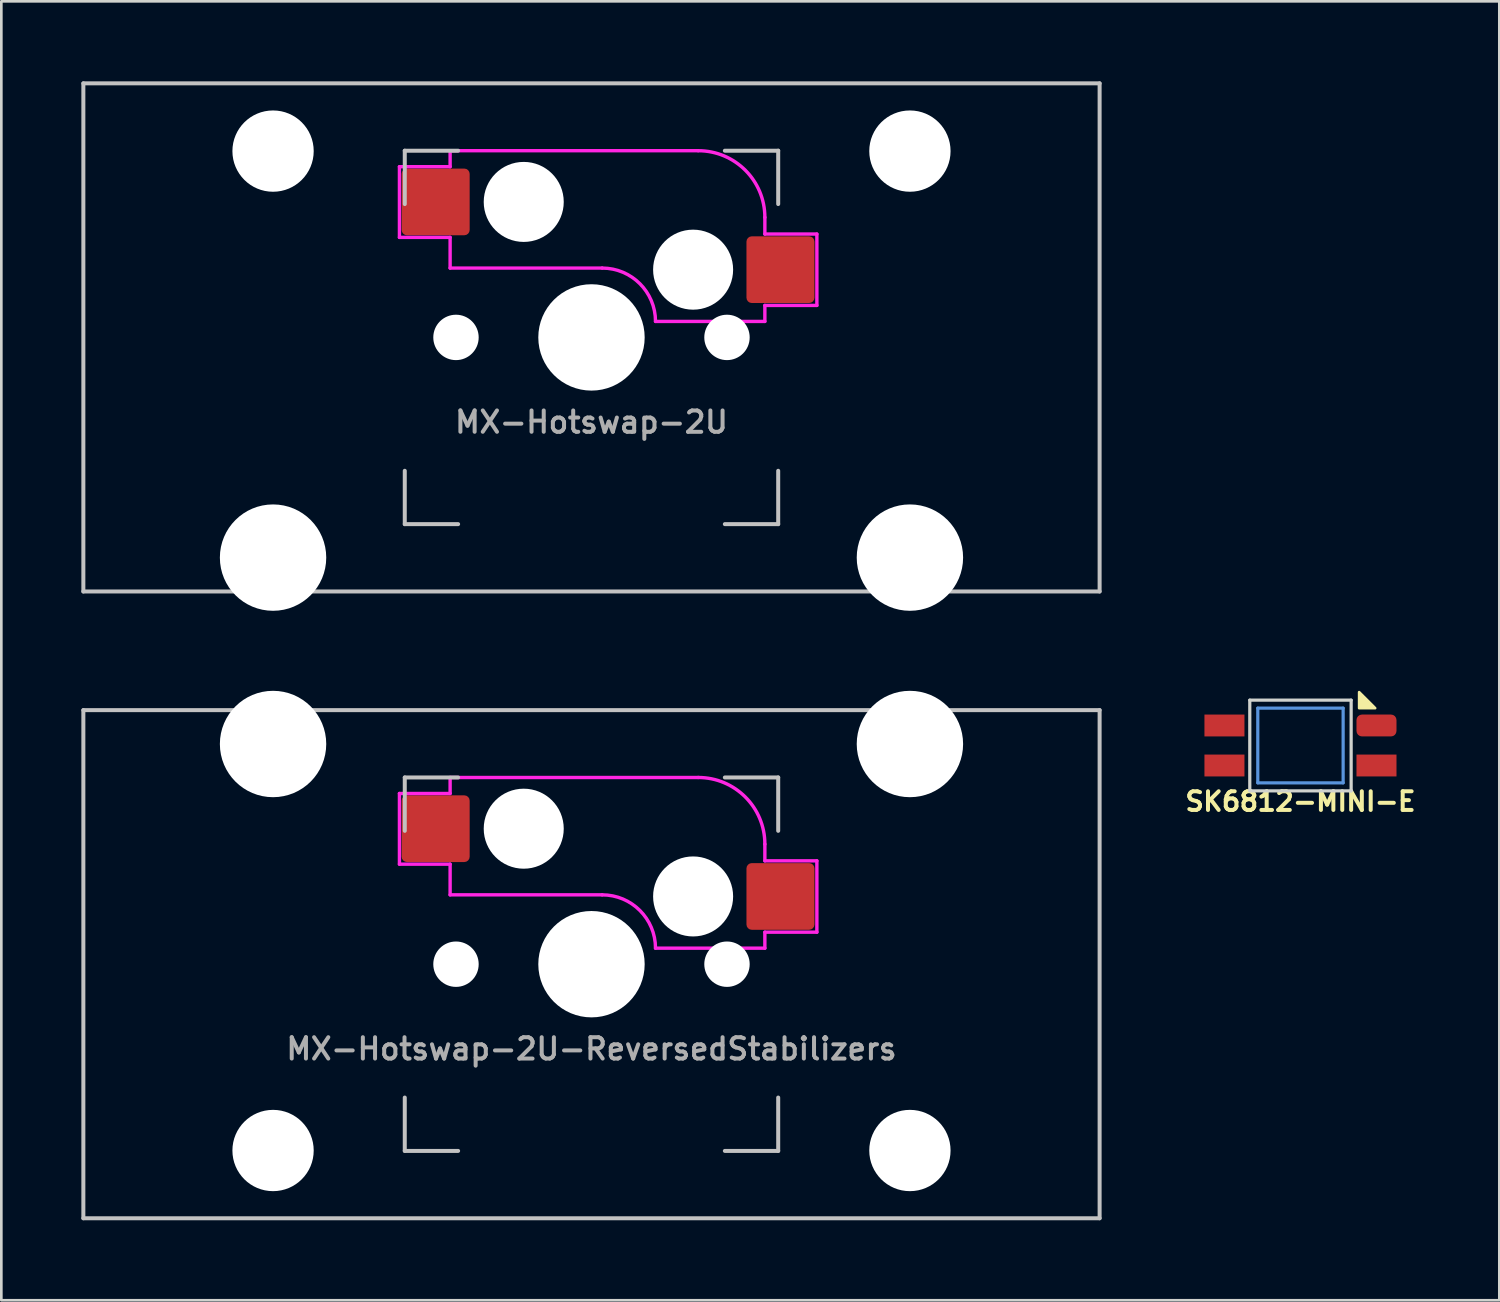
<source format=kicad_pcb>
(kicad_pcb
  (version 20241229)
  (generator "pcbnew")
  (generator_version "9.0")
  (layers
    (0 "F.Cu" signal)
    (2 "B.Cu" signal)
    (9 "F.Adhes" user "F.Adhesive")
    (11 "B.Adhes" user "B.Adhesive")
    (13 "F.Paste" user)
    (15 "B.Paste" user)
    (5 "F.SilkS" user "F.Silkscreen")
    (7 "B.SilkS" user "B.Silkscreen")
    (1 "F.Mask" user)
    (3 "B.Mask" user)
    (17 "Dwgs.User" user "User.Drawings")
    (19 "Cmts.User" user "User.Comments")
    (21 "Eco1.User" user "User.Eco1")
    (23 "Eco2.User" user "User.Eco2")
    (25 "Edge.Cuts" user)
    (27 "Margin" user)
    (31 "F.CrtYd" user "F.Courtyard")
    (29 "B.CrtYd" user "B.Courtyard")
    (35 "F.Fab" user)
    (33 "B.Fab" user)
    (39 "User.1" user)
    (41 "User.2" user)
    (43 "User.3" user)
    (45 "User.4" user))
  (footprint "SK6812-MINI-E"
    (layer "F.Cu")
    (at 45.705 24.899)
    (property "Reference" "SK6812-MINI-E" (at 0 2.1 0) (unlocked yes) (layer "F.SilkS") (effects (font (size 0.7 0.7) (thickness 0.15))))
    (attr through_hole)
    (fp_poly (pts (xy 2.8 -1.4) (xy 2.2 -1.4) (xy 2.2 -2)) (stroke (width 0.1) (type solid)) (fill yes) (layer "F.SilkS"))
    (fp_line (start -1.6 -1.4) (end 1.6 -1.4) (stroke (width 0.12) (type solid)) (layer "Cmts.User"))
    (fp_line (start -1.6 1.4) (end -1.6 -1.4) (stroke (width 0.12) (type solid)) (layer "Cmts.User"))
    (fp_line (start 1.6 -1.4) (end 1.6 1.4) (stroke (width 0.12) (type solid)) (layer "Cmts.User"))
    (fp_line (start 1.6 1.4) (end -1.6 1.4) (stroke (width 0.12) (type solid)) (layer "Cmts.User"))
    (fp_line (start -1.9 -1.7) (end 1.9 -1.7) (stroke (width 0.12) (type solid)) (layer "Edge.Cuts"))
    (fp_line (start -1.9 1.7) (end -1.9 -1.7) (stroke (width 0.12) (type solid)) (layer "Edge.Cuts"))
    (fp_line (start 1.9 -1.7) (end 1.9 1.7) (stroke (width 0.12) (type solid)) (layer "Edge.Cuts"))
    (fp_line (start 1.9 1.7) (end -1.9 1.7) (stroke (width 0.12) (type solid)) (layer "Edge.Cuts"))
    (pad "1" smd rect (at -2.85 0.75) (size 1.5 0.82) (layers "F.Cu" "F.Mask" "F.Paste"))
    (pad "2" smd rect (at -2.85 -0.75) (size 1.5 0.82) (layers "F.Cu" "F.Mask" "F.Paste"))
    (pad "3" smd roundrect (at 2.85 -0.75) (size 1.5 0.82) (layers "F.Cu" "F.Mask" "F.Paste") (roundrect_rratio 0.25))
    (pad "4" smd rect (at 2.85 0.75) (size 1.5 0.82) (layers "F.Cu" "F.Mask" "F.Paste")))
  (footprint "MX-Hotswap-2U-ReversedStabilizers"
    (layer "F.Cu")
    (at 19.125 33.098)
    (property "Reference" "MX-Hotswap-2U-ReversedStabilizers" (at 0 3.175 0) (layer "F.Fab") (effects (font (size 0.8 0.8) (thickness 0.15))))
    (attr smd)
    (fp_line (start -19.05 -9.525) (end 19.05 -9.525) (stroke (width 0.15) (type solid)) (layer "Dwgs.User"))
    (fp_line (start -19.05 9.525) (end -19.05 -9.525) (stroke (width 0.15) (type solid)) (layer "Dwgs.User"))
    (fp_line (start -19.05 9.525) (end 19.05 9.525) (stroke (width 0.15) (type solid)) (layer "Dwgs.User"))
    (fp_line (start -7 -7) (end -7 -5) (stroke (width 0.15) (type solid)) (layer "Dwgs.User"))
    (fp_line (start -7 7) (end -7 5) (stroke (width 0.15) (type solid)) (layer "Dwgs.User"))
    (fp_line (start -5 -7) (end -7 -7) (stroke (width 0.15) (type solid)) (layer "Dwgs.User"))
    (fp_line (start -5 7) (end -7 7) (stroke (width 0.15) (type solid)) (layer "Dwgs.User"))
    (fp_line (start 5 -7) (end 7 -7) (stroke (width 0.15) (type solid)) (layer "Dwgs.User"))
    (fp_line (start 7 -7) (end 7 -5) (stroke (width 0.15) (type solid)) (layer "Dwgs.User"))
    (fp_line (start 7 5) (end 7 7) (stroke (width 0.15) (type solid)) (layer "Dwgs.User"))
    (fp_line (start 7 7) (end 5 7) (stroke (width 0.15) (type solid)) (layer "Dwgs.User"))
    (fp_line (start 19.05 9.525) (end 19.05 -9.525) (stroke (width 0.15) (type solid)) (layer "Dwgs.User"))
    (fp_line (start -7.2 -6.4) (end -7.2 -3.75) (stroke (width 0.127) (type solid)) (layer "F.CrtYd"))
    (fp_line (start -7.2 -3.75) (end -5.3 -3.75) (stroke (width 0.127) (type solid)) (layer "F.CrtYd"))
    (fp_line (start -5.3 -7) (end -5.3 -6.4) (stroke (width 0.127) (type solid)) (layer "F.CrtYd"))
    (fp_line (start -5.3 -7) (end 4 -7) (stroke (width 0.127) (type solid)) (layer "F.CrtYd"))
    (fp_line (start -5.3 -6.4) (end -7.2 -6.4) (stroke (width 0.127) (type solid)) (layer "F.CrtYd"))
    (fp_line (start -5.3 -2.6) (end -5.3 -3.75) (stroke (width 0.127) (type solid)) (layer "F.CrtYd"))
    (fp_line (start 0.4 -2.6) (end -5.3 -2.6) (stroke (width 0.127) (type solid)) (layer "F.CrtYd"))
    (fp_line (start 6.5 -4.5) (end 6.5 -3.875) (stroke (width 0.127) (type solid)) (layer "F.CrtYd"))
    (fp_line (start 6.5 -3.875) (end 8.45 -3.875) (stroke (width 0.127) (type solid)) (layer "F.CrtYd"))
    (fp_line (start 6.5 -0.6) (end 2.4 -0.6) (stroke (width 0.127) (type solid)) (layer "F.CrtYd"))
    (fp_line (start 6.5 -0.6) (end 6.5 -1.2) (stroke (width 0.127) (type solid)) (layer "F.CrtYd"))
    (fp_line (start 8.45 -3.875) (end 8.45 -1.2) (stroke (width 0.127) (type solid)) (layer "F.CrtYd"))
    (fp_line (start 8.45 -1.2) (end 6.5 -1.2) (stroke (width 0.127) (type solid)) (layer "F.CrtYd"))
    (fp_arc (start 0.4 -2.6) (mid 1.814214 -2.014214) (end 2.4 -0.6) (stroke (width 0.127) (type solid)) (layer "F.CrtYd"))
    (fp_arc (start 4 -7) (mid 5.767767 -6.267767) (end 6.5 -4.5) (stroke (width 0.127) (type solid)) (layer "F.CrtYd"))
    (pad "" np_thru_hole circle (at -11.938 -8.255) (size 3.988 3.988) (drill 3.988) (layers "*.Cu" "*.Mask"))
    (pad "" np_thru_hole circle (at -11.938 6.985) (size 3.048 3.048) (drill 3.048) (layers "*.Cu" "*.Mask"))
    (pad "" np_thru_hole circle (at -5.08 0 311.901) (size 1.702 1.702) (drill 1.702) (layers "*.Cu" "*.Mask"))
    (pad "" np_thru_hole circle (at -2.54 -5.08) (size 3 3) (drill 3) (layers "*.Cu" "*.Mask"))
    (pad "" np_thru_hole circle (at 0 0) (size 3.988 3.988) (drill 3.988) (layers "*.Cu" "*.Mask"))
    (pad "" np_thru_hole circle (at 3.81 -2.54) (size 3 3) (drill 3) (layers "*.Cu" "*.Mask"))
    (pad "" np_thru_hole circle (at 5.08 0 311.901) (size 1.702 1.702) (drill 1.702) (layers "*.Cu" "*.Mask"))
    (pad "" np_thru_hole circle (at 11.938 -8.255) (size 3.988 3.988) (drill 3.988) (layers "*.Cu" "*.Mask"))
    (pad "" np_thru_hole circle (at 11.938 6.985) (size 3.048 3.048) (drill 3.048) (layers "*.Cu" "*.Mask"))
    (pad "1" smd roundrect (at 7.085 -2.54) (size 2.55 2.5) (layers "F.Cu" "F.Mask" "F.Paste") (roundrect_rratio 0.08))
    (pad "2" smd roundrect (at -5.842 -5.08) (size 2.55 2.5) (layers "F.Cu" "F.Mask" "F.Paste") (roundrect_rratio 0.08)))
  (footprint "MX-Hotswap-2U"
    (layer "F.Cu")
    (at 19.125 9.6)
    (property "Reference" "MX-Hotswap-2U" (at 0 3.175 0) (layer "F.Fab") (effects (font (size 0.8 0.8) (thickness 0.15))))
    (attr smd)
    (fp_line (start -19.05 -9.525) (end 19.05 -9.525) (stroke (width 0.15) (type solid)) (layer "Dwgs.User"))
    (fp_line (start -19.05 9.525) (end -19.05 -9.525) (stroke (width 0.15) (type solid)) (layer "Dwgs.User"))
    (fp_line (start -19.05 9.525) (end 19.05 9.525) (stroke (width 0.15) (type solid)) (layer "Dwgs.User"))
    (fp_line (start -7 -7) (end -7 -5) (stroke (width 0.15) (type solid)) (layer "Dwgs.User"))
    (fp_line (start -7 7) (end -7 5) (stroke (width 0.15) (type solid)) (layer "Dwgs.User"))
    (fp_line (start -5 -7) (end -7 -7) (stroke (width 0.15) (type solid)) (layer "Dwgs.User"))
    (fp_line (start -5 7) (end -7 7) (stroke (width 0.15) (type solid)) (layer "Dwgs.User"))
    (fp_line (start 5 -7) (end 7 -7) (stroke (width 0.15) (type solid)) (layer "Dwgs.User"))
    (fp_line (start 7 -7) (end 7 -5) (stroke (width 0.15) (type solid)) (layer "Dwgs.User"))
    (fp_line (start 7 5) (end 7 7) (stroke (width 0.15) (type solid)) (layer "Dwgs.User"))
    (fp_line (start 7 7) (end 5 7) (stroke (width 0.15) (type solid)) (layer "Dwgs.User"))
    (fp_line (start 19.05 9.525) (end 19.05 -9.525) (stroke (width 0.15) (type solid)) (layer "Dwgs.User"))
    (fp_line (start -7.2 -6.4) (end -7.2 -3.75) (stroke (width 0.127) (type solid)) (layer "F.CrtYd"))
    (fp_line (start -7.2 -3.75) (end -5.3 -3.75) (stroke (width 0.127) (type solid)) (layer "F.CrtYd"))
    (fp_line (start -5.3 -7) (end -5.3 -6.4) (stroke (width 0.127) (type solid)) (layer "F.CrtYd"))
    (fp_line (start -5.3 -7) (end 4 -7) (stroke (width 0.127) (type solid)) (layer "F.CrtYd"))
    (fp_line (start -5.3 -6.4) (end -7.2 -6.4) (stroke (width 0.127) (type solid)) (layer "F.CrtYd"))
    (fp_line (start -5.3 -2.6) (end -5.3 -3.75) (stroke (width 0.127) (type solid)) (layer "F.CrtYd"))
    (fp_line (start 0.4 -2.6) (end -5.3 -2.6) (stroke (width 0.127) (type solid)) (layer "F.CrtYd"))
    (fp_line (start 6.5 -4.5) (end 6.5 -3.875) (stroke (width 0.127) (type solid)) (layer "F.CrtYd"))
    (fp_line (start 6.5 -3.875) (end 8.45 -3.875) (stroke (width 0.127) (type solid)) (layer "F.CrtYd"))
    (fp_line (start 6.5 -0.6) (end 2.4 -0.6) (stroke (width 0.127) (type solid)) (layer "F.CrtYd"))
    (fp_line (start 6.5 -0.6) (end 6.5 -1.2) (stroke (width 0.127) (type solid)) (layer "F.CrtYd"))
    (fp_line (start 8.45 -3.875) (end 8.45 -1.2) (stroke (width 0.127) (type solid)) (layer "F.CrtYd"))
    (fp_line (start 8.45 -1.2) (end 6.5 -1.2) (stroke (width 0.127) (type solid)) (layer "F.CrtYd"))
    (fp_arc (start 0.4 -2.6) (mid 1.814214 -2.014214) (end 2.4 -0.6) (stroke (width 0.127) (type solid)) (layer "F.CrtYd"))
    (fp_arc (start 4 -7) (mid 5.767767 -6.267767) (end 6.5 -4.5) (stroke (width 0.127) (type solid)) (layer "F.CrtYd"))
    (pad "" np_thru_hole circle (at -11.938 -6.985) (size 3.048 3.048) (drill 3.048) (layers "*.Cu" "*.Mask"))
    (pad "" np_thru_hole circle (at -11.938 8.255) (size 3.988 3.988) (drill 3.988) (layers "*.Cu" "*.Mask"))
    (pad "" np_thru_hole circle (at -5.08 0 311.901) (size 1.702 1.702) (drill 1.702) (layers "*.Cu" "*.Mask"))
    (pad "" np_thru_hole circle (at -2.54 -5.08) (size 3 3) (drill 3) (layers "*.Cu" "*.Mask"))
    (pad "" np_thru_hole circle (at 0 0) (size 3.988 3.988) (drill 3.988) (layers "*.Cu" "*.Mask"))
    (pad "" np_thru_hole circle (at 3.81 -2.54) (size 3 3) (drill 3) (layers "*.Cu" "*.Mask"))
    (pad "" np_thru_hole circle (at 5.08 0 311.901) (size 1.702 1.702) (drill 1.702) (layers "*.Cu" "*.Mask"))
    (pad "" np_thru_hole circle (at 11.938 -6.985) (size 3.048 3.048) (drill 3.048) (layers "*.Cu" "*.Mask"))
    (pad "" np_thru_hole circle (at 11.938 8.255) (size 3.988 3.988) (drill 3.988) (layers "*.Cu" "*.Mask"))
    (pad "1" smd roundrect (at 7.085 -2.54) (size 2.55 2.5) (layers "F.Cu" "F.Mask" "F.Paste") (roundrect_rratio 0.08))
    (pad "2" smd roundrect (at -5.842 -5.08) (size 2.55 2.5) (layers "F.Cu" "F.Mask" "F.Paste") (roundrect_rratio 0.08)))
  (gr_rect
    (start -3 -3)
    (end 53.16 45.698)
    (stroke (width 0.1) (type default))
    (fill no)
    (layer "Edge.Cuts")))
</source>
